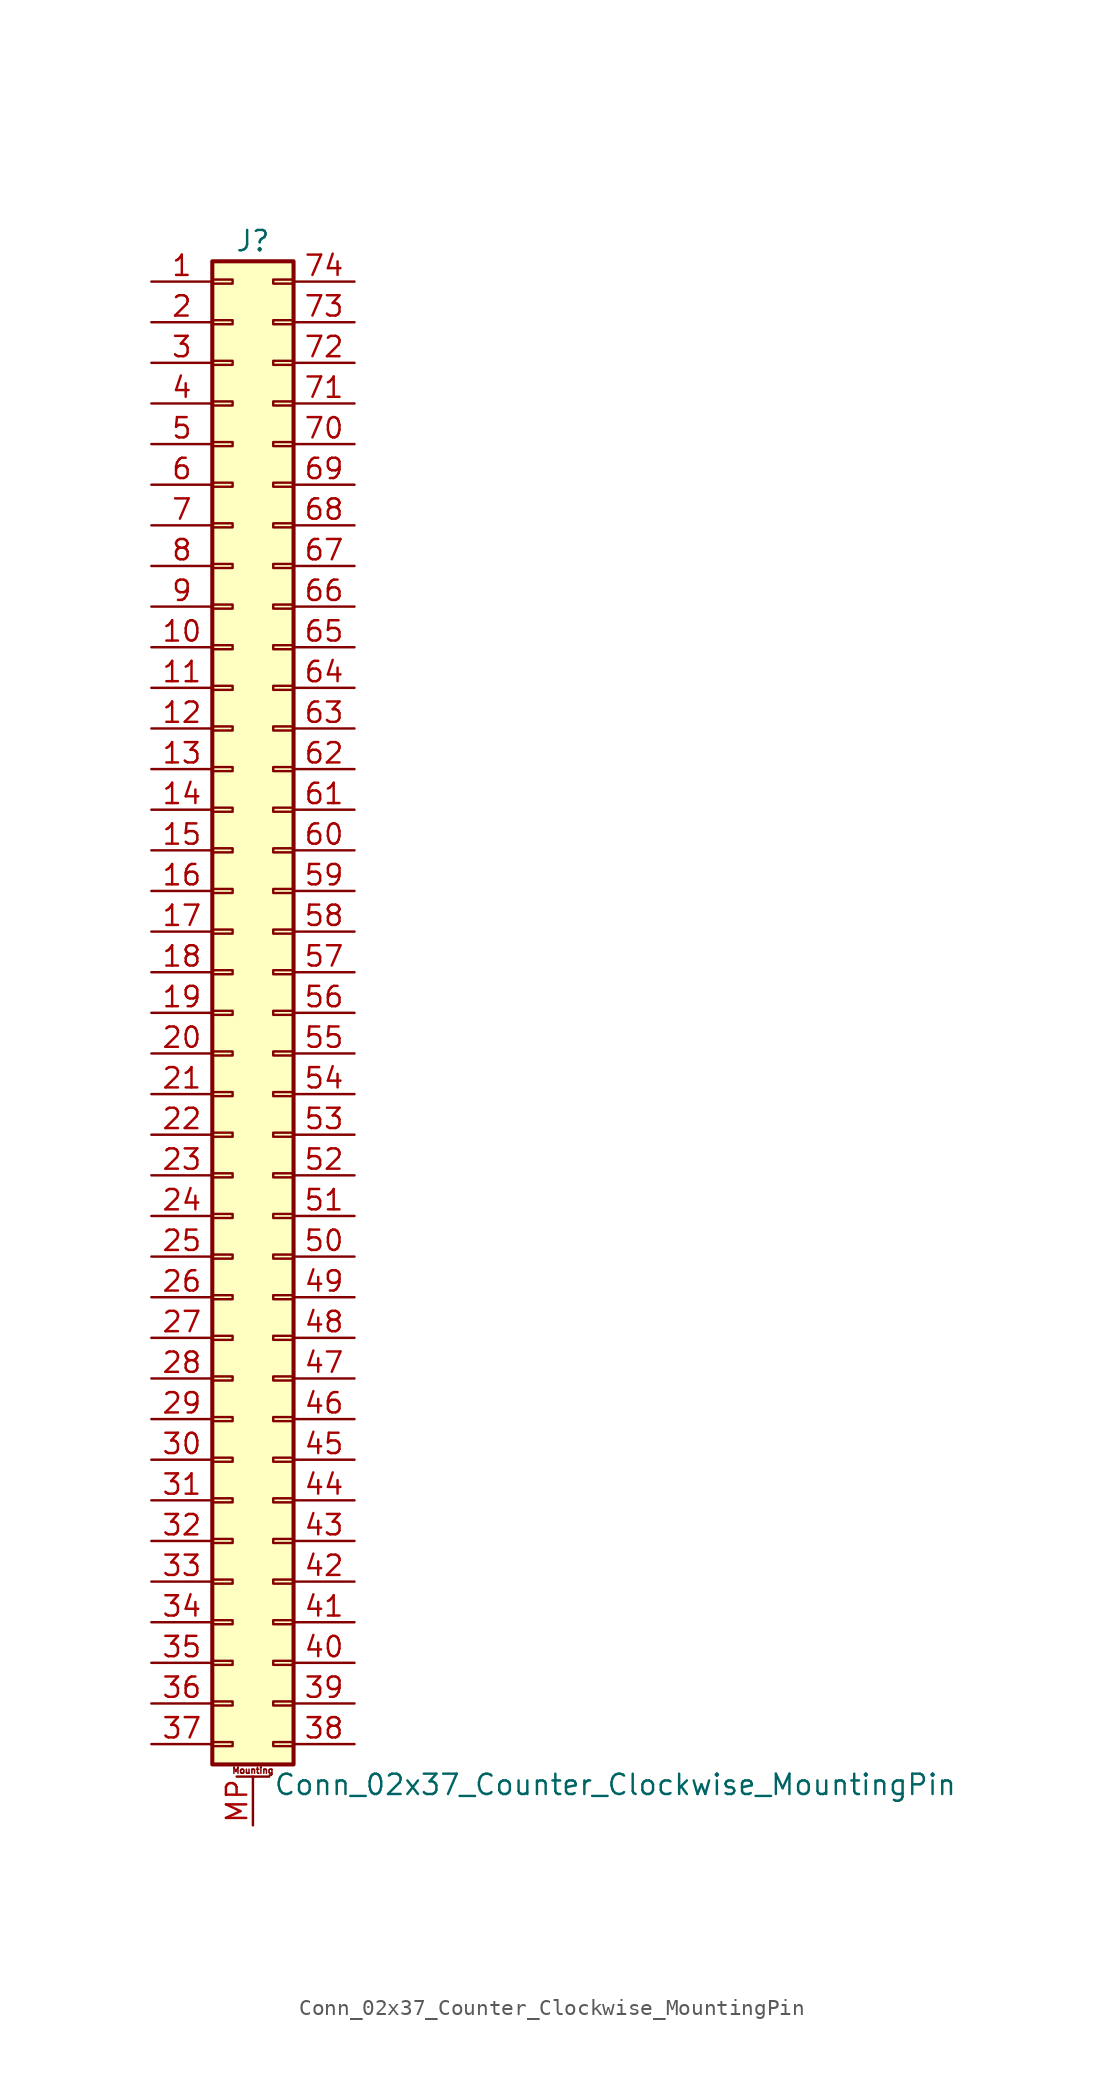
<source format=kicad_sym>
(kicad_symbol_lib
  (version 20220914)
  (generator kicad_symbol_editor)
  (symbol "Conn_02x37_Counter_Clockwise_MountingPin"
    (pin_names
      (offset 1.016) hide)
    (property "Reference" "J"
      (at 1.27 48.26 0)
      (effects (font (size 1.27 1.27))))
    (property "Value" "Conn_02x37_Counter_Clockwise_MountingPin"
      (at 2.54 -48.26 0)
      (effects (font (size 1.27 1.27)) (justify left)))
    (symbol "Conn_02x37_Counter_Clockwise_MountingPin_1_1"
      (rectangle (start -1.27 -45.593) (end 0 -45.847) (stroke (width 0.152) (type default)) (fill (type none)))
      (rectangle (start -1.27 -43.053) (end 0 -43.307) (stroke (width 0.152) (type default)) (fill (type none)))
      (rectangle (start -1.27 -40.513) (end 0 -40.767) (stroke (width 0.152) (type default)) (fill (type none)))
      (rectangle (start -1.27 -37.973) (end 0 -38.227) (stroke (width 0.152) (type default)) (fill (type none)))
      (rectangle (start -1.27 -35.433) (end 0 -35.687) (stroke (width 0.152) (type default)) (fill (type none)))
      (rectangle (start -1.27 -32.893) (end 0 -33.147) (stroke (width 0.152) (type default)) (fill (type none)))
      (rectangle (start -1.27 -30.353) (end 0 -30.607) (stroke (width 0.152) (type default)) (fill (type none)))
      (rectangle (start -1.27 -27.813) (end 0 -28.067) (stroke (width 0.152) (type default)) (fill (type none)))
      (rectangle (start -1.27 -25.273) (end 0 -25.527) (stroke (width 0.152) (type default)) (fill (type none)))
      (rectangle (start -1.27 -22.733) (end 0 -22.987) (stroke (width 0.152) (type default)) (fill (type none)))
      (rectangle (start -1.27 -20.193) (end 0 -20.447) (stroke (width 0.152) (type default)) (fill (type none)))
      (rectangle (start -1.27 -17.653) (end 0 -17.907) (stroke (width 0.152) (type default)) (fill (type none)))
      (rectangle (start -1.27 -15.113) (end 0 -15.367) (stroke (width 0.152) (type default)) (fill (type none)))
      (rectangle (start -1.27 -12.573) (end 0 -12.827) (stroke (width 0.152) (type default)) (fill (type none)))
      (rectangle (start -1.27 -10.033) (end 0 -10.287) (stroke (width 0.152) (type default)) (fill (type none)))
      (rectangle (start -1.27 -7.493) (end 0 -7.747) (stroke (width 0.152) (type default)) (fill (type none)))
      (rectangle (start -1.27 -4.953) (end 0 -5.207) (stroke (width 0.152) (type default)) (fill (type none)))
      (rectangle (start -1.27 -2.413) (end 0 -2.667) (stroke (width 0.152) (type default)) (fill (type none)))
      (rectangle (start -1.27 0.127) (end 0 -0.127) (stroke (width 0.152) (type default)) (fill (type none)))
      (rectangle (start -1.27 2.667) (end 0 2.413) (stroke (width 0.152) (type default)) (fill (type none)))
      (rectangle (start -1.27 5.207) (end 0 4.953) (stroke (width 0.152) (type default)) (fill (type none)))
      (rectangle (start -1.27 7.747) (end 0 7.493) (stroke (width 0.152) (type default)) (fill (type none)))
      (rectangle (start -1.27 10.287) (end 0 10.033) (stroke (width 0.152) (type default)) (fill (type none)))
      (rectangle (start -1.27 12.827) (end 0 12.573) (stroke (width 0.152) (type default)) (fill (type none)))
      (rectangle (start -1.27 15.367) (end 0 15.113) (stroke (width 0.152) (type default)) (fill (type none)))
      (rectangle (start -1.27 17.907) (end 0 17.653) (stroke (width 0.152) (type default)) (fill (type none)))
      (rectangle (start -1.27 20.447) (end 0 20.193) (stroke (width 0.152) (type default)) (fill (type none)))
      (rectangle (start -1.27 22.987) (end 0 22.733) (stroke (width 0.152) (type default)) (fill (type none)))
      (rectangle (start -1.27 25.527) (end 0 25.273) (stroke (width 0.152) (type default)) (fill (type none)))
      (rectangle (start -1.27 28.067) (end 0 27.813) (stroke (width 0.152) (type default)) (fill (type none)))
      (rectangle (start -1.27 30.607) (end 0 30.353) (stroke (width 0.152) (type default)) (fill (type none)))
      (rectangle (start -1.27 33.147) (end 0 32.893) (stroke (width 0.152) (type default)) (fill (type none)))
      (rectangle (start -1.27 35.687) (end 0 35.433) (stroke (width 0.152) (type default)) (fill (type none)))
      (rectangle (start -1.27 38.227) (end 0 37.973) (stroke (width 0.152) (type default)) (fill (type none)))
      (rectangle (start -1.27 40.767) (end 0 40.513) (stroke (width 0.152) (type default)) (fill (type none)))
      (rectangle (start -1.27 43.307) (end 0 43.053) (stroke (width 0.152) (type default)) (fill (type none)))
      (rectangle (start -1.27 45.847) (end 0 45.593) (stroke (width 0.152) (type default)) (fill (type none)))
      (rectangle (start -1.27 46.99) (end 3.81 -46.99) (stroke (width 0.254) (type default)) (fill (type background)))
      (polyline (pts (xy 0.254 -47.752) (xy 2.286 -47.752)) (stroke (width 0.152) (type default)) (fill (type none)))
      (rectangle (start 3.81 -45.593) (end 2.54 -45.847) (stroke (width 0.152) (type default)) (fill (type none)))
      (rectangle (start 3.81 -43.053) (end 2.54 -43.307) (stroke (width 0.152) (type default)) (fill (type none)))
      (rectangle (start 3.81 -40.513) (end 2.54 -40.767) (stroke (width 0.152) (type default)) (fill (type none)))
      (rectangle (start 3.81 -37.973) (end 2.54 -38.227) (stroke (width 0.152) (type default)) (fill (type none)))
      (rectangle (start 3.81 -35.433) (end 2.54 -35.687) (stroke (width 0.152) (type default)) (fill (type none)))
      (rectangle (start 3.81 -32.893) (end 2.54 -33.147) (stroke (width 0.152) (type default)) (fill (type none)))
      (rectangle (start 3.81 -30.353) (end 2.54 -30.607) (stroke (width 0.152) (type default)) (fill (type none)))
      (rectangle (start 3.81 -27.813) (end 2.54 -28.067) (stroke (width 0.152) (type default)) (fill (type none)))
      (rectangle (start 3.81 -25.273) (end 2.54 -25.527) (stroke (width 0.152) (type default)) (fill (type none)))
      (rectangle (start 3.81 -22.733) (end 2.54 -22.987) (stroke (width 0.152) (type default)) (fill (type none)))
      (rectangle (start 3.81 -20.193) (end 2.54 -20.447) (stroke (width 0.152) (type default)) (fill (type none)))
      (rectangle (start 3.81 -17.653) (end 2.54 -17.907) (stroke (width 0.152) (type default)) (fill (type none)))
      (rectangle (start 3.81 -15.113) (end 2.54 -15.367) (stroke (width 0.152) (type default)) (fill (type none)))
      (rectangle (start 3.81 -12.573) (end 2.54 -12.827) (stroke (width 0.152) (type default)) (fill (type none)))
      (rectangle (start 3.81 -10.033) (end 2.54 -10.287) (stroke (width 0.152) (type default)) (fill (type none)))
      (rectangle (start 3.81 -7.493) (end 2.54 -7.747) (stroke (width 0.152) (type default)) (fill (type none)))
      (rectangle (start 3.81 -4.953) (end 2.54 -5.207) (stroke (width 0.152) (type default)) (fill (type none)))
      (rectangle (start 3.81 -2.413) (end 2.54 -2.667) (stroke (width 0.152) (type default)) (fill (type none)))
      (rectangle (start 3.81 0.127) (end 2.54 -0.127) (stroke (width 0.152) (type default)) (fill (type none)))
      (rectangle (start 3.81 2.667) (end 2.54 2.413) (stroke (width 0.152) (type default)) (fill (type none)))
      (rectangle (start 3.81 5.207) (end 2.54 4.953) (stroke (width 0.152) (type default)) (fill (type none)))
      (rectangle (start 3.81 7.747) (end 2.54 7.493) (stroke (width 0.152) (type default)) (fill (type none)))
      (rectangle (start 3.81 10.287) (end 2.54 10.033) (stroke (width 0.152) (type default)) (fill (type none)))
      (rectangle (start 3.81 12.827) (end 2.54 12.573) (stroke (width 0.152) (type default)) (fill (type none)))
      (rectangle (start 3.81 15.367) (end 2.54 15.113) (stroke (width 0.152) (type default)) (fill (type none)))
      (rectangle (start 3.81 17.907) (end 2.54 17.653) (stroke (width 0.152) (type default)) (fill (type none)))
      (rectangle (start 3.81 20.447) (end 2.54 20.193) (stroke (width 0.152) (type default)) (fill (type none)))
      (rectangle (start 3.81 22.987) (end 2.54 22.733) (stroke (width 0.152) (type default)) (fill (type none)))
      (rectangle (start 3.81 25.527) (end 2.54 25.273) (stroke (width 0.152) (type default)) (fill (type none)))
      (rectangle (start 3.81 28.067) (end 2.54 27.813) (stroke (width 0.152) (type default)) (fill (type none)))
      (rectangle (start 3.81 30.607) (end 2.54 30.353) (stroke (width 0.152) (type default)) (fill (type none)))
      (rectangle (start 3.81 33.147) (end 2.54 32.893) (stroke (width 0.152) (type default)) (fill (type none)))
      (rectangle (start 3.81 35.687) (end 2.54 35.433) (stroke (width 0.152) (type default)) (fill (type none)))
      (rectangle (start 3.81 38.227) (end 2.54 37.973) (stroke (width 0.152) (type default)) (fill (type none)))
      (rectangle (start 3.81 40.767) (end 2.54 40.513) (stroke (width 0.152) (type default)) (fill (type none)))
      (rectangle (start 3.81 43.307) (end 2.54 43.053) (stroke (width 0.152) (type default)) (fill (type none)))
      (rectangle (start 3.81 45.847) (end 2.54 45.593) (stroke (width 0.152) (type default)) (fill (type none)))
      (text "Mounting" (at 1.27 -47.371 0) (effects (font (size 0.381 0.381))))
      (pin passive line (at -5.08 45.72 0) (length 3.81) (name "Pin_1" (effects (font (size 1.27 1.27)))) (number "1" (effects (font (size 1.27 1.27)))))
      (pin passive line (at -5.08 22.86 0) (length 3.81) (name "Pin_10" (effects (font (size 1.27 1.27)))) (number "10" (effects (font (size 1.27 1.27)))))
      (pin passive line (at -5.08 20.32 0) (length 3.81) (name "Pin_11" (effects (font (size 1.27 1.27)))) (number "11" (effects (font (size 1.27 1.27)))))
      (pin passive line (at -5.08 17.78 0) (length 3.81) (name "Pin_12" (effects (font (size 1.27 1.27)))) (number "12" (effects (font (size 1.27 1.27)))))
      (pin passive line (at -5.08 15.24 0) (length 3.81) (name "Pin_13" (effects (font (size 1.27 1.27)))) (number "13" (effects (font (size 1.27 1.27)))))
      (pin passive line (at -5.08 12.7 0) (length 3.81) (name "Pin_14" (effects (font (size 1.27 1.27)))) (number "14" (effects (font (size 1.27 1.27)))))
      (pin passive line (at -5.08 10.16 0) (length 3.81) (name "Pin_15" (effects (font (size 1.27 1.27)))) (number "15" (effects (font (size 1.27 1.27)))))
      (pin passive line (at -5.08 7.62 0) (length 3.81) (name "Pin_16" (effects (font (size 1.27 1.27)))) (number "16" (effects (font (size 1.27 1.27)))))
      (pin passive line (at -5.08 5.08 0) (length 3.81) (name "Pin_17" (effects (font (size 1.27 1.27)))) (number "17" (effects (font (size 1.27 1.27)))))
      (pin passive line (at -5.08 2.54 0) (length 3.81) (name "Pin_18" (effects (font (size 1.27 1.27)))) (number "18" (effects (font (size 1.27 1.27)))))
      (pin passive line (at -5.08 0 0) (length 3.81) (name "Pin_19" (effects (font (size 1.27 1.27)))) (number "19" (effects (font (size 1.27 1.27)))))
      (pin passive line (at -5.08 43.18 0) (length 3.81) (name "Pin_2" (effects (font (size 1.27 1.27)))) (number "2" (effects (font (size 1.27 1.27)))))
      (pin passive line (at -5.08 -2.54 0) (length 3.81) (name "Pin_20" (effects (font (size 1.27 1.27)))) (number "20" (effects (font (size 1.27 1.27)))))
      (pin passive line (at -5.08 -5.08 0) (length 3.81) (name "Pin_21" (effects (font (size 1.27 1.27)))) (number "21" (effects (font (size 1.27 1.27)))))
      (pin passive line (at -5.08 -7.62 0) (length 3.81) (name "Pin_22" (effects (font (size 1.27 1.27)))) (number "22" (effects (font (size 1.27 1.27)))))
      (pin passive line (at -5.08 -10.16 0) (length 3.81) (name "Pin_23" (effects (font (size 1.27 1.27)))) (number "23" (effects (font (size 1.27 1.27)))))
      (pin passive line (at -5.08 -12.7 0) (length 3.81) (name "Pin_24" (effects (font (size 1.27 1.27)))) (number "24" (effects (font (size 1.27 1.27)))))
      (pin passive line (at -5.08 -15.24 0) (length 3.81) (name "Pin_25" (effects (font (size 1.27 1.27)))) (number "25" (effects (font (size 1.27 1.27)))))
      (pin passive line (at -5.08 -17.78 0) (length 3.81) (name "Pin_26" (effects (font (size 1.27 1.27)))) (number "26" (effects (font (size 1.27 1.27)))))
      (pin passive line (at -5.08 -20.32 0) (length 3.81) (name "Pin_27" (effects (font (size 1.27 1.27)))) (number "27" (effects (font (size 1.27 1.27)))))
      (pin passive line (at -5.08 -22.86 0) (length 3.81) (name "Pin_28" (effects (font (size 1.27 1.27)))) (number "28" (effects (font (size 1.27 1.27)))))
      (pin passive line (at -5.08 -25.4 0) (length 3.81) (name "Pin_29" (effects (font (size 1.27 1.27)))) (number "29" (effects (font (size 1.27 1.27)))))
      (pin passive line (at -5.08 40.64 0) (length 3.81) (name "Pin_3" (effects (font (size 1.27 1.27)))) (number "3" (effects (font (size 1.27 1.27)))))
      (pin passive line (at -5.08 -27.94 0) (length 3.81) (name "Pin_30" (effects (font (size 1.27 1.27)))) (number "30" (effects (font (size 1.27 1.27)))))
      (pin passive line (at -5.08 -30.48 0) (length 3.81) (name "Pin_31" (effects (font (size 1.27 1.27)))) (number "31" (effects (font (size 1.27 1.27)))))
      (pin passive line (at -5.08 -33.02 0) (length 3.81) (name "Pin_32" (effects (font (size 1.27 1.27)))) (number "32" (effects (font (size 1.27 1.27)))))
      (pin passive line (at -5.08 -35.56 0) (length 3.81) (name "Pin_33" (effects (font (size 1.27 1.27)))) (number "33" (effects (font (size 1.27 1.27)))))
      (pin passive line (at -5.08 -38.1 0) (length 3.81) (name "Pin_34" (effects (font (size 1.27 1.27)))) (number "34" (effects (font (size 1.27 1.27)))))
      (pin passive line (at -5.08 -40.64 0) (length 3.81) (name "Pin_35" (effects (font (size 1.27 1.27)))) (number "35" (effects (font (size 1.27 1.27)))))
      (pin passive line (at -5.08 -43.18 0) (length 3.81) (name "Pin_36" (effects (font (size 1.27 1.27)))) (number "36" (effects (font (size 1.27 1.27)))))
      (pin passive line (at -5.08 -45.72 0) (length 3.81) (name "Pin_37" (effects (font (size 1.27 1.27)))) (number "37" (effects (font (size 1.27 1.27)))))
      (pin passive line (at 7.62 -45.72 180) (length 3.81) (name "Pin_38" (effects (font (size 1.27 1.27)))) (number "38" (effects (font (size 1.27 1.27)))))
      (pin passive line (at 7.62 -43.18 180) (length 3.81) (name "Pin_39" (effects (font (size 1.27 1.27)))) (number "39" (effects (font (size 1.27 1.27)))))
      (pin passive line (at -5.08 38.1 0) (length 3.81) (name "Pin_4" (effects (font (size 1.27 1.27)))) (number "4" (effects (font (size 1.27 1.27)))))
      (pin passive line (at 7.62 -40.64 180) (length 3.81) (name "Pin_40" (effects (font (size 1.27 1.27)))) (number "40" (effects (font (size 1.27 1.27)))))
      (pin passive line (at 7.62 -38.1 180) (length 3.81) (name "Pin_41" (effects (font (size 1.27 1.27)))) (number "41" (effects (font (size 1.27 1.27)))))
      (pin passive line (at 7.62 -35.56 180) (length 3.81) (name "Pin_42" (effects (font (size 1.27 1.27)))) (number "42" (effects (font (size 1.27 1.27)))))
      (pin passive line (at 7.62 -33.02 180) (length 3.81) (name "Pin_43" (effects (font (size 1.27 1.27)))) (number "43" (effects (font (size 1.27 1.27)))))
      (pin passive line (at 7.62 -30.48 180) (length 3.81) (name "Pin_44" (effects (font (size 1.27 1.27)))) (number "44" (effects (font (size 1.27 1.27)))))
      (pin passive line (at 7.62 -27.94 180) (length 3.81) (name "Pin_45" (effects (font (size 1.27 1.27)))) (number "45" (effects (font (size 1.27 1.27)))))
      (pin passive line (at 7.62 -25.4 180) (length 3.81) (name "Pin_46" (effects (font (size 1.27 1.27)))) (number "46" (effects (font (size 1.27 1.27)))))
      (pin passive line (at 7.62 -22.86 180) (length 3.81) (name "Pin_47" (effects (font (size 1.27 1.27)))) (number "47" (effects (font (size 1.27 1.27)))))
      (pin passive line (at 7.62 -20.32 180) (length 3.81) (name "Pin_48" (effects (font (size 1.27 1.27)))) (number "48" (effects (font (size 1.27 1.27)))))
      (pin passive line (at 7.62 -17.78 180) (length 3.81) (name "Pin_49" (effects (font (size 1.27 1.27)))) (number "49" (effects (font (size 1.27 1.27)))))
      (pin passive line (at -5.08 35.56 0) (length 3.81) (name "Pin_5" (effects (font (size 1.27 1.27)))) (number "5" (effects (font (size 1.27 1.27)))))
      (pin passive line (at 7.62 -15.24 180) (length 3.81) (name "Pin_50" (effects (font (size 1.27 1.27)))) (number "50" (effects (font (size 1.27 1.27)))))
      (pin passive line (at 7.62 -12.7 180) (length 3.81) (name "Pin_51" (effects (font (size 1.27 1.27)))) (number "51" (effects (font (size 1.27 1.27)))))
      (pin passive line (at 7.62 -10.16 180) (length 3.81) (name "Pin_52" (effects (font (size 1.27 1.27)))) (number "52" (effects (font (size 1.27 1.27)))))
      (pin passive line (at 7.62 -7.62 180) (length 3.81) (name "Pin_53" (effects (font (size 1.27 1.27)))) (number "53" (effects (font (size 1.27 1.27)))))
      (pin passive line (at 7.62 -5.08 180) (length 3.81) (name "Pin_54" (effects (font (size 1.27 1.27)))) (number "54" (effects (font (size 1.27 1.27)))))
      (pin passive line (at 7.62 -2.54 180) (length 3.81) (name "Pin_55" (effects (font (size 1.27 1.27)))) (number "55" (effects (font (size 1.27 1.27)))))
      (pin passive line (at 7.62 0 180) (length 3.81) (name "Pin_56" (effects (font (size 1.27 1.27)))) (number "56" (effects (font (size 1.27 1.27)))))
      (pin passive line (at 7.62 2.54 180) (length 3.81) (name "Pin_57" (effects (font (size 1.27 1.27)))) (number "57" (effects (font (size 1.27 1.27)))))
      (pin passive line (at 7.62 5.08 180) (length 3.81) (name "Pin_58" (effects (font (size 1.27 1.27)))) (number "58" (effects (font (size 1.27 1.27)))))
      (pin passive line (at 7.62 7.62 180) (length 3.81) (name "Pin_59" (effects (font (size 1.27 1.27)))) (number "59" (effects (font (size 1.27 1.27)))))
      (pin passive line (at -5.08 33.02 0) (length 3.81) (name "Pin_6" (effects (font (size 1.27 1.27)))) (number "6" (effects (font (size 1.27 1.27)))))
      (pin passive line (at 7.62 10.16 180) (length 3.81) (name "Pin_60" (effects (font (size 1.27 1.27)))) (number "60" (effects (font (size 1.27 1.27)))))
      (pin passive line (at 7.62 12.7 180) (length 3.81) (name "Pin_61" (effects (font (size 1.27 1.27)))) (number "61" (effects (font (size 1.27 1.27)))))
      (pin passive line (at 7.62 15.24 180) (length 3.81) (name "Pin_62" (effects (font (size 1.27 1.27)))) (number "62" (effects (font (size 1.27 1.27)))))
      (pin passive line (at 7.62 17.78 180) (length 3.81) (name "Pin_63" (effects (font (size 1.27 1.27)))) (number "63" (effects (font (size 1.27 1.27)))))
      (pin passive line (at 7.62 20.32 180) (length 3.81) (name "Pin_64" (effects (font (size 1.27 1.27)))) (number "64" (effects (font (size 1.27 1.27)))))
      (pin passive line (at 7.62 22.86 180) (length 3.81) (name "Pin_65" (effects (font (size 1.27 1.27)))) (number "65" (effects (font (size 1.27 1.27)))))
      (pin passive line (at 7.62 25.4 180) (length 3.81) (name "Pin_66" (effects (font (size 1.27 1.27)))) (number "66" (effects (font (size 1.27 1.27)))))
      (pin passive line (at 7.62 27.94 180) (length 3.81) (name "Pin_67" (effects (font (size 1.27 1.27)))) (number "67" (effects (font (size 1.27 1.27)))))
      (pin passive line (at 7.62 30.48 180) (length 3.81) (name "Pin_68" (effects (font (size 1.27 1.27)))) (number "68" (effects (font (size 1.27 1.27)))))
      (pin passive line (at 7.62 33.02 180) (length 3.81) (name "Pin_69" (effects (font (size 1.27 1.27)))) (number "69" (effects (font (size 1.27 1.27)))))
      (pin passive line (at -5.08 30.48 0) (length 3.81) (name "Pin_7" (effects (font (size 1.27 1.27)))) (number "7" (effects (font (size 1.27 1.27)))))
      (pin passive line (at 7.62 35.56 180) (length 3.81) (name "Pin_70" (effects (font (size 1.27 1.27)))) (number "70" (effects (font (size 1.27 1.27)))))
      (pin passive line (at 7.62 38.1 180) (length 3.81) (name "Pin_71" (effects (font (size 1.27 1.27)))) (number "71" (effects (font (size 1.27 1.27)))))
      (pin passive line (at 7.62 40.64 180) (length 3.81) (name "Pin_72" (effects (font (size 1.27 1.27)))) (number "72" (effects (font (size 1.27 1.27)))))
      (pin passive line (at 7.62 43.18 180) (length 3.81) (name "Pin_73" (effects (font (size 1.27 1.27)))) (number "73" (effects (font (size 1.27 1.27)))))
      (pin passive line (at 7.62 45.72 180) (length 3.81) (name "Pin_74" (effects (font (size 1.27 1.27)))) (number "74" (effects (font (size 1.27 1.27)))))
      (pin passive line (at -5.08 27.94 0) (length 3.81) (name "Pin_8" (effects (font (size 1.27 1.27)))) (number "8" (effects (font (size 1.27 1.27)))))
      (pin passive line (at -5.08 25.4 0) (length 3.81) (name "Pin_9" (effects (font (size 1.27 1.27)))) (number "9" (effects (font (size 1.27 1.27)))))
      (pin passive line (at 1.27 -50.8 90) (length 3.048) (name "MountPin" (effects (font (size 1.27 1.27)))) (number "MP" (effects (font (size 1.27 1.27))))))))
</source>
